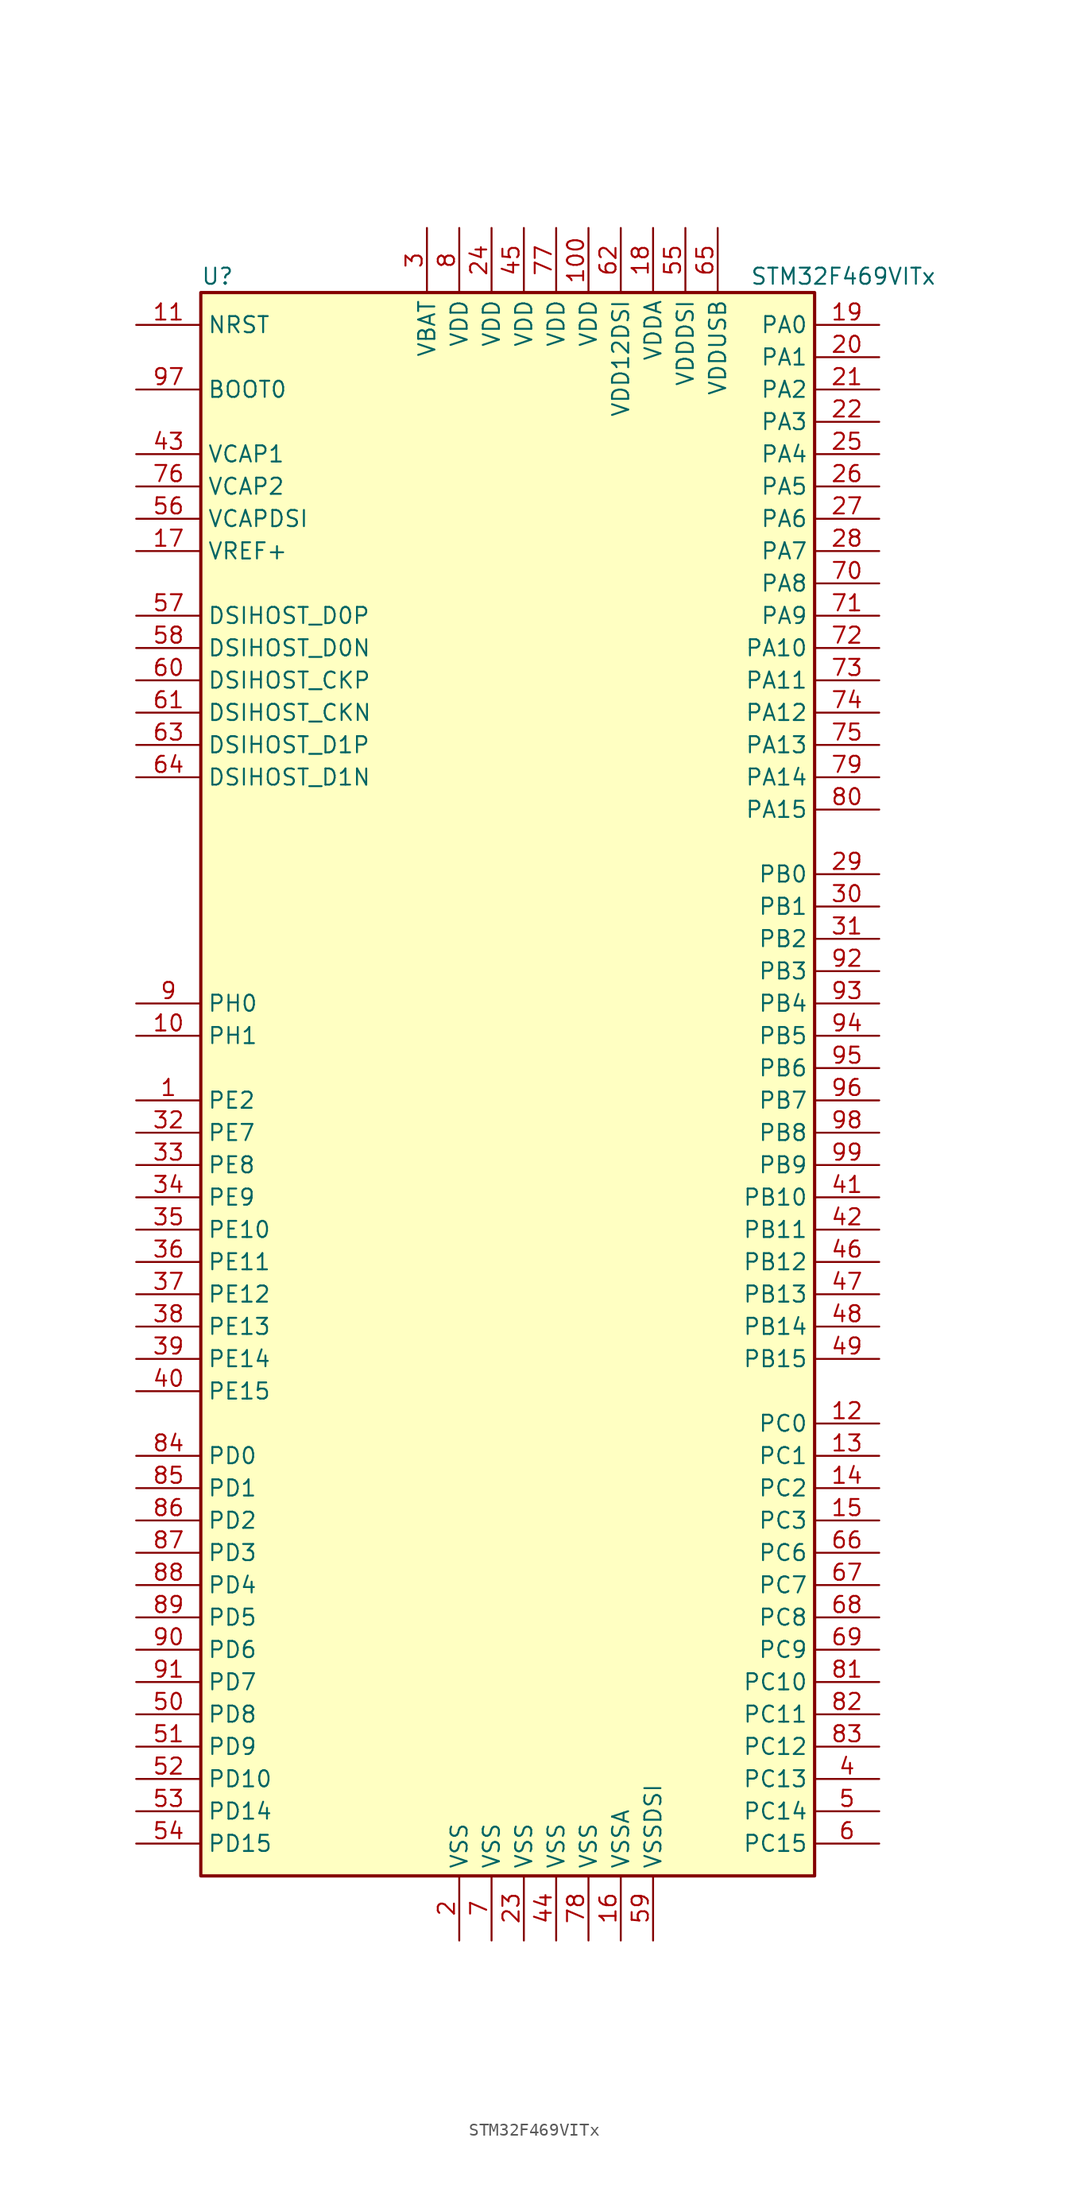
<source format=kicad_sym>
(kicad_symbol_lib
  (version 20211014)
  (generator kicad_symbol_editor)
  (symbol "STM32F469VITx"
    (property "Reference" "U"
      (at -25.4 62.23 0)
      (effects (font (size 1.27 1.27)) (justify left)))
    (property "Value" "STM32F469VITx"
      (at 17.78 62.23 0)
      (effects (font (size 1.27 1.27)) (justify left)))
    (symbol "STM32F469VITx_0_1"
      (rectangle (start -25.4 -63.5) (end 22.86 60.96) (stroke (width 0.254) (type default) (color 0 0 0 0)) (fill (type background))))
    (symbol "STM32F469VITx_1_1"
      (pin bidirectional line (at -30.48 -2.54 0) (length 5.08) (name "PE2" (effects (font (size 1.27 1.27)))) (number "1" (effects (font (size 1.27 1.27)))))
      (pin input line (at -30.48 2.54 0) (length 5.08) (name "PH1" (effects (font (size 1.27 1.27)))) (number "10" (effects (font (size 1.27 1.27)))))
      (pin power_in line (at 5.08 66.04 270) (length 5.08) (name "VDD" (effects (font (size 1.27 1.27)))) (number "100" (effects (font (size 1.27 1.27)))))
      (pin input line (at -30.48 58.42 0) (length 5.08) (name "NRST" (effects (font (size 1.27 1.27)))) (number "11" (effects (font (size 1.27 1.27)))))
      (pin bidirectional line (at 27.94 -27.94 180) (length 5.08) (name "PC0" (effects (font (size 1.27 1.27)))) (number "12" (effects (font (size 1.27 1.27)))))
      (pin bidirectional line (at 27.94 -30.48 180) (length 5.08) (name "PC1" (effects (font (size 1.27 1.27)))) (number "13" (effects (font (size 1.27 1.27)))))
      (pin bidirectional line (at 27.94 -33.02 180) (length 5.08) (name "PC2" (effects (font (size 1.27 1.27)))) (number "14" (effects (font (size 1.27 1.27)))))
      (pin bidirectional line (at 27.94 -35.56 180) (length 5.08) (name "PC3" (effects (font (size 1.27 1.27)))) (number "15" (effects (font (size 1.27 1.27)))))
      (pin power_in line (at 7.62 -68.58 90) (length 5.08) (name "VSSA" (effects (font (size 1.27 1.27)))) (number "16" (effects (font (size 1.27 1.27)))))
      (pin power_in line (at -30.48 40.64 0) (length 5.08) (name "VREF+" (effects (font (size 1.27 1.27)))) (number "17" (effects (font (size 1.27 1.27)))))
      (pin power_in line (at 10.16 66.04 270) (length 5.08) (name "VDDA" (effects (font (size 1.27 1.27)))) (number "18" (effects (font (size 1.27 1.27)))))
      (pin bidirectional line (at 27.94 58.42 180) (length 5.08) (name "PA0" (effects (font (size 1.27 1.27)))) (number "19" (effects (font (size 1.27 1.27)))))
      (pin power_in line (at -5.08 -68.58 90) (length 5.08) (name "VSS" (effects (font (size 1.27 1.27)))) (number "2" (effects (font (size 1.27 1.27)))))
      (pin bidirectional line (at 27.94 55.88 180) (length 5.08) (name "PA1" (effects (font (size 1.27 1.27)))) (number "20" (effects (font (size 1.27 1.27)))))
      (pin bidirectional line (at 27.94 53.34 180) (length 5.08) (name "PA2" (effects (font (size 1.27 1.27)))) (number "21" (effects (font (size 1.27 1.27)))))
      (pin bidirectional line (at 27.94 50.8 180) (length 5.08) (name "PA3" (effects (font (size 1.27 1.27)))) (number "22" (effects (font (size 1.27 1.27)))))
      (pin power_in line (at 0 -68.58 90) (length 5.08) (name "VSS" (effects (font (size 1.27 1.27)))) (number "23" (effects (font (size 1.27 1.27)))))
      (pin power_in line (at -2.54 66.04 270) (length 5.08) (name "VDD" (effects (font (size 1.27 1.27)))) (number "24" (effects (font (size 1.27 1.27)))))
      (pin bidirectional line (at 27.94 48.26 180) (length 5.08) (name "PA4" (effects (font (size 1.27 1.27)))) (number "25" (effects (font (size 1.27 1.27)))))
      (pin bidirectional line (at 27.94 45.72 180) (length 5.08) (name "PA5" (effects (font (size 1.27 1.27)))) (number "26" (effects (font (size 1.27 1.27)))))
      (pin bidirectional line (at 27.94 43.18 180) (length 5.08) (name "PA6" (effects (font (size 1.27 1.27)))) (number "27" (effects (font (size 1.27 1.27)))))
      (pin bidirectional line (at 27.94 40.64 180) (length 5.08) (name "PA7" (effects (font (size 1.27 1.27)))) (number "28" (effects (font (size 1.27 1.27)))))
      (pin bidirectional line (at 27.94 15.24 180) (length 5.08) (name "PB0" (effects (font (size 1.27 1.27)))) (number "29" (effects (font (size 1.27 1.27)))))
      (pin power_in line (at -7.62 66.04 270) (length 5.08) (name "VBAT" (effects (font (size 1.27 1.27)))) (number "3" (effects (font (size 1.27 1.27)))))
      (pin bidirectional line (at 27.94 12.7 180) (length 5.08) (name "PB1" (effects (font (size 1.27 1.27)))) (number "30" (effects (font (size 1.27 1.27)))))
      (pin bidirectional line (at 27.94 10.16 180) (length 5.08) (name "PB2" (effects (font (size 1.27 1.27)))) (number "31" (effects (font (size 1.27 1.27)))))
      (pin bidirectional line (at -30.48 -5.08 0) (length 5.08) (name "PE7" (effects (font (size 1.27 1.27)))) (number "32" (effects (font (size 1.27 1.27)))))
      (pin bidirectional line (at -30.48 -7.62 0) (length 5.08) (name "PE8" (effects (font (size 1.27 1.27)))) (number "33" (effects (font (size 1.27 1.27)))))
      (pin bidirectional line (at -30.48 -10.16 0) (length 5.08) (name "PE9" (effects (font (size 1.27 1.27)))) (number "34" (effects (font (size 1.27 1.27)))))
      (pin bidirectional line (at -30.48 -12.7 0) (length 5.08) (name "PE10" (effects (font (size 1.27 1.27)))) (number "35" (effects (font (size 1.27 1.27)))))
      (pin bidirectional line (at -30.48 -15.24 0) (length 5.08) (name "PE11" (effects (font (size 1.27 1.27)))) (number "36" (effects (font (size 1.27 1.27)))))
      (pin bidirectional line (at -30.48 -17.78 0) (length 5.08) (name "PE12" (effects (font (size 1.27 1.27)))) (number "37" (effects (font (size 1.27 1.27)))))
      (pin bidirectional line (at -30.48 -20.32 0) (length 5.08) (name "PE13" (effects (font (size 1.27 1.27)))) (number "38" (effects (font (size 1.27 1.27)))))
      (pin bidirectional line (at -30.48 -22.86 0) (length 5.08) (name "PE14" (effects (font (size 1.27 1.27)))) (number "39" (effects (font (size 1.27 1.27)))))
      (pin bidirectional line (at 27.94 -55.88 180) (length 5.08) (name "PC13" (effects (font (size 1.27 1.27)))) (number "4" (effects (font (size 1.27 1.27)))))
      (pin bidirectional line (at -30.48 -25.4 0) (length 5.08) (name "PE15" (effects (font (size 1.27 1.27)))) (number "40" (effects (font (size 1.27 1.27)))))
      (pin bidirectional line (at 27.94 -10.16 180) (length 5.08) (name "PB10" (effects (font (size 1.27 1.27)))) (number "41" (effects (font (size 1.27 1.27)))))
      (pin bidirectional line (at 27.94 -12.7 180) (length 5.08) (name "PB11" (effects (font (size 1.27 1.27)))) (number "42" (effects (font (size 1.27 1.27)))))
      (pin power_in line (at -30.48 48.26 0) (length 5.08) (name "VCAP1" (effects (font (size 1.27 1.27)))) (number "43" (effects (font (size 1.27 1.27)))))
      (pin power_in line (at 2.54 -68.58 90) (length 5.08) (name "VSS" (effects (font (size 1.27 1.27)))) (number "44" (effects (font (size 1.27 1.27)))))
      (pin power_in line (at 0 66.04 270) (length 5.08) (name "VDD" (effects (font (size 1.27 1.27)))) (number "45" (effects (font (size 1.27 1.27)))))
      (pin bidirectional line (at 27.94 -15.24 180) (length 5.08) (name "PB12" (effects (font (size 1.27 1.27)))) (number "46" (effects (font (size 1.27 1.27)))))
      (pin bidirectional line (at 27.94 -17.78 180) (length 5.08) (name "PB13" (effects (font (size 1.27 1.27)))) (number "47" (effects (font (size 1.27 1.27)))))
      (pin bidirectional line (at 27.94 -20.32 180) (length 5.08) (name "PB14" (effects (font (size 1.27 1.27)))) (number "48" (effects (font (size 1.27 1.27)))))
      (pin bidirectional line (at 27.94 -22.86 180) (length 5.08) (name "PB15" (effects (font (size 1.27 1.27)))) (number "49" (effects (font (size 1.27 1.27)))))
      (pin bidirectional line (at 27.94 -58.42 180) (length 5.08) (name "PC14" (effects (font (size 1.27 1.27)))) (number "5" (effects (font (size 1.27 1.27)))))
      (pin bidirectional line (at -30.48 -50.8 0) (length 5.08) (name "PD8" (effects (font (size 1.27 1.27)))) (number "50" (effects (font (size 1.27 1.27)))))
      (pin bidirectional line (at -30.48 -53.34 0) (length 5.08) (name "PD9" (effects (font (size 1.27 1.27)))) (number "51" (effects (font (size 1.27 1.27)))))
      (pin bidirectional line (at -30.48 -55.88 0) (length 5.08) (name "PD10" (effects (font (size 1.27 1.27)))) (number "52" (effects (font (size 1.27 1.27)))))
      (pin bidirectional line (at -30.48 -58.42 0) (length 5.08) (name "PD14" (effects (font (size 1.27 1.27)))) (number "53" (effects (font (size 1.27 1.27)))))
      (pin bidirectional line (at -30.48 -60.96 0) (length 5.08) (name "PD15" (effects (font (size 1.27 1.27)))) (number "54" (effects (font (size 1.27 1.27)))))
      (pin power_in line (at 12.7 66.04 270) (length 5.08) (name "VDDDSI" (effects (font (size 1.27 1.27)))) (number "55" (effects (font (size 1.27 1.27)))))
      (pin power_in line (at -30.48 43.18 0) (length 5.08) (name "VCAPDSI" (effects (font (size 1.27 1.27)))) (number "56" (effects (font (size 1.27 1.27)))))
      (pin bidirectional line (at -30.48 35.56 0) (length 5.08) (name "DSIHOST_D0P" (effects (font (size 1.27 1.27)))) (number "57" (effects (font (size 1.27 1.27)))))
      (pin bidirectional line (at -30.48 33.02 0) (length 5.08) (name "DSIHOST_D0N" (effects (font (size 1.27 1.27)))) (number "58" (effects (font (size 1.27 1.27)))))
      (pin power_in line (at 10.16 -68.58 90) (length 5.08) (name "VSSDSI" (effects (font (size 1.27 1.27)))) (number "59" (effects (font (size 1.27 1.27)))))
      (pin bidirectional line (at 27.94 -60.96 180) (length 5.08) (name "PC15" (effects (font (size 1.27 1.27)))) (number "6" (effects (font (size 1.27 1.27)))))
      (pin bidirectional line (at -30.48 30.48 0) (length 5.08) (name "DSIHOST_CKP" (effects (font (size 1.27 1.27)))) (number "60" (effects (font (size 1.27 1.27)))))
      (pin bidirectional line (at -30.48 27.94 0) (length 5.08) (name "DSIHOST_CKN" (effects (font (size 1.27 1.27)))) (number "61" (effects (font (size 1.27 1.27)))))
      (pin power_in line (at 7.62 66.04 270) (length 5.08) (name "VDD12DSI" (effects (font (size 1.27 1.27)))) (number "62" (effects (font (size 1.27 1.27)))))
      (pin bidirectional line (at -30.48 25.4 0) (length 5.08) (name "DSIHOST_D1P" (effects (font (size 1.27 1.27)))) (number "63" (effects (font (size 1.27 1.27)))))
      (pin bidirectional line (at -30.48 22.86 0) (length 5.08) (name "DSIHOST_D1N" (effects (font (size 1.27 1.27)))) (number "64" (effects (font (size 1.27 1.27)))))
      (pin power_in line (at 15.24 66.04 270) (length 5.08) (name "VDDUSB" (effects (font (size 1.27 1.27)))) (number "65" (effects (font (size 1.27 1.27)))))
      (pin bidirectional line (at 27.94 -38.1 180) (length 5.08) (name "PC6" (effects (font (size 1.27 1.27)))) (number "66" (effects (font (size 1.27 1.27)))))
      (pin bidirectional line (at 27.94 -40.64 180) (length 5.08) (name "PC7" (effects (font (size 1.27 1.27)))) (number "67" (effects (font (size 1.27 1.27)))))
      (pin bidirectional line (at 27.94 -43.18 180) (length 5.08) (name "PC8" (effects (font (size 1.27 1.27)))) (number "68" (effects (font (size 1.27 1.27)))))
      (pin bidirectional line (at 27.94 -45.72 180) (length 5.08) (name "PC9" (effects (font (size 1.27 1.27)))) (number "69" (effects (font (size 1.27 1.27)))))
      (pin power_in line (at -2.54 -68.58 90) (length 5.08) (name "VSS" (effects (font (size 1.27 1.27)))) (number "7" (effects (font (size 1.27 1.27)))))
      (pin bidirectional line (at 27.94 38.1 180) (length 5.08) (name "PA8" (effects (font (size 1.27 1.27)))) (number "70" (effects (font (size 1.27 1.27)))))
      (pin bidirectional line (at 27.94 35.56 180) (length 5.08) (name "PA9" (effects (font (size 1.27 1.27)))) (number "71" (effects (font (size 1.27 1.27)))))
      (pin bidirectional line (at 27.94 33.02 180) (length 5.08) (name "PA10" (effects (font (size 1.27 1.27)))) (number "72" (effects (font (size 1.27 1.27)))))
      (pin bidirectional line (at 27.94 30.48 180) (length 5.08) (name "PA11" (effects (font (size 1.27 1.27)))) (number "73" (effects (font (size 1.27 1.27)))))
      (pin bidirectional line (at 27.94 27.94 180) (length 5.08) (name "PA12" (effects (font (size 1.27 1.27)))) (number "74" (effects (font (size 1.27 1.27)))))
      (pin bidirectional line (at 27.94 25.4 180) (length 5.08) (name "PA13" (effects (font (size 1.27 1.27)))) (number "75" (effects (font (size 1.27 1.27)))))
      (pin power_in line (at -30.48 45.72 0) (length 5.08) (name "VCAP2" (effects (font (size 1.27 1.27)))) (number "76" (effects (font (size 1.27 1.27)))))
      (pin power_in line (at 2.54 66.04 270) (length 5.08) (name "VDD" (effects (font (size 1.27 1.27)))) (number "77" (effects (font (size 1.27 1.27)))))
      (pin power_in line (at 5.08 -68.58 90) (length 5.08) (name "VSS" (effects (font (size 1.27 1.27)))) (number "78" (effects (font (size 1.27 1.27)))))
      (pin bidirectional line (at 27.94 22.86 180) (length 5.08) (name "PA14" (effects (font (size 1.27 1.27)))) (number "79" (effects (font (size 1.27 1.27)))))
      (pin power_in line (at -5.08 66.04 270) (length 5.08) (name "VDD" (effects (font (size 1.27 1.27)))) (number "8" (effects (font (size 1.27 1.27)))))
      (pin bidirectional line (at 27.94 20.32 180) (length 5.08) (name "PA15" (effects (font (size 1.27 1.27)))) (number "80" (effects (font (size 1.27 1.27)))))
      (pin bidirectional line (at 27.94 -48.26 180) (length 5.08) (name "PC10" (effects (font (size 1.27 1.27)))) (number "81" (effects (font (size 1.27 1.27)))))
      (pin bidirectional line (at 27.94 -50.8 180) (length 5.08) (name "PC11" (effects (font (size 1.27 1.27)))) (number "82" (effects (font (size 1.27 1.27)))))
      (pin bidirectional line (at 27.94 -53.34 180) (length 5.08) (name "PC12" (effects (font (size 1.27 1.27)))) (number "83" (effects (font (size 1.27 1.27)))))
      (pin bidirectional line (at -30.48 -30.48 0) (length 5.08) (name "PD0" (effects (font (size 1.27 1.27)))) (number "84" (effects (font (size 1.27 1.27)))))
      (pin bidirectional line (at -30.48 -33.02 0) (length 5.08) (name "PD1" (effects (font (size 1.27 1.27)))) (number "85" (effects (font (size 1.27 1.27)))))
      (pin bidirectional line (at -30.48 -35.56 0) (length 5.08) (name "PD2" (effects (font (size 1.27 1.27)))) (number "86" (effects (font (size 1.27 1.27)))))
      (pin bidirectional line (at -30.48 -38.1 0) (length 5.08) (name "PD3" (effects (font (size 1.27 1.27)))) (number "87" (effects (font (size 1.27 1.27)))))
      (pin bidirectional line (at -30.48 -40.64 0) (length 5.08) (name "PD4" (effects (font (size 1.27 1.27)))) (number "88" (effects (font (size 1.27 1.27)))))
      (pin bidirectional line (at -30.48 -43.18 0) (length 5.08) (name "PD5" (effects (font (size 1.27 1.27)))) (number "89" (effects (font (size 1.27 1.27)))))
      (pin input line (at -30.48 5.08 0) (length 5.08) (name "PH0" (effects (font (size 1.27 1.27)))) (number "9" (effects (font (size 1.27 1.27)))))
      (pin bidirectional line (at -30.48 -45.72 0) (length 5.08) (name "PD6" (effects (font (size 1.27 1.27)))) (number "90" (effects (font (size 1.27 1.27)))))
      (pin bidirectional line (at -30.48 -48.26 0) (length 5.08) (name "PD7" (effects (font (size 1.27 1.27)))) (number "91" (effects (font (size 1.27 1.27)))))
      (pin bidirectional line (at 27.94 7.62 180) (length 5.08) (name "PB3" (effects (font (size 1.27 1.27)))) (number "92" (effects (font (size 1.27 1.27)))))
      (pin bidirectional line (at 27.94 5.08 180) (length 5.08) (name "PB4" (effects (font (size 1.27 1.27)))) (number "93" (effects (font (size 1.27 1.27)))))
      (pin bidirectional line (at 27.94 2.54 180) (length 5.08) (name "PB5" (effects (font (size 1.27 1.27)))) (number "94" (effects (font (size 1.27 1.27)))))
      (pin bidirectional line (at 27.94 0 180) (length 5.08) (name "PB6" (effects (font (size 1.27 1.27)))) (number "95" (effects (font (size 1.27 1.27)))))
      (pin bidirectional line (at 27.94 -2.54 180) (length 5.08) (name "PB7" (effects (font (size 1.27 1.27)))) (number "96" (effects (font (size 1.27 1.27)))))
      (pin input line (at -30.48 53.34 0) (length 5.08) (name "BOOT0" (effects (font (size 1.27 1.27)))) (number "97" (effects (font (size 1.27 1.27)))))
      (pin bidirectional line (at 27.94 -5.08 180) (length 5.08) (name "PB8" (effects (font (size 1.27 1.27)))) (number "98" (effects (font (size 1.27 1.27)))))
      (pin bidirectional line (at 27.94 -7.62 180) (length 5.08) (name "PB9" (effects (font (size 1.27 1.27)))) (number "99" (effects (font (size 1.27 1.27))))))))
</source>
